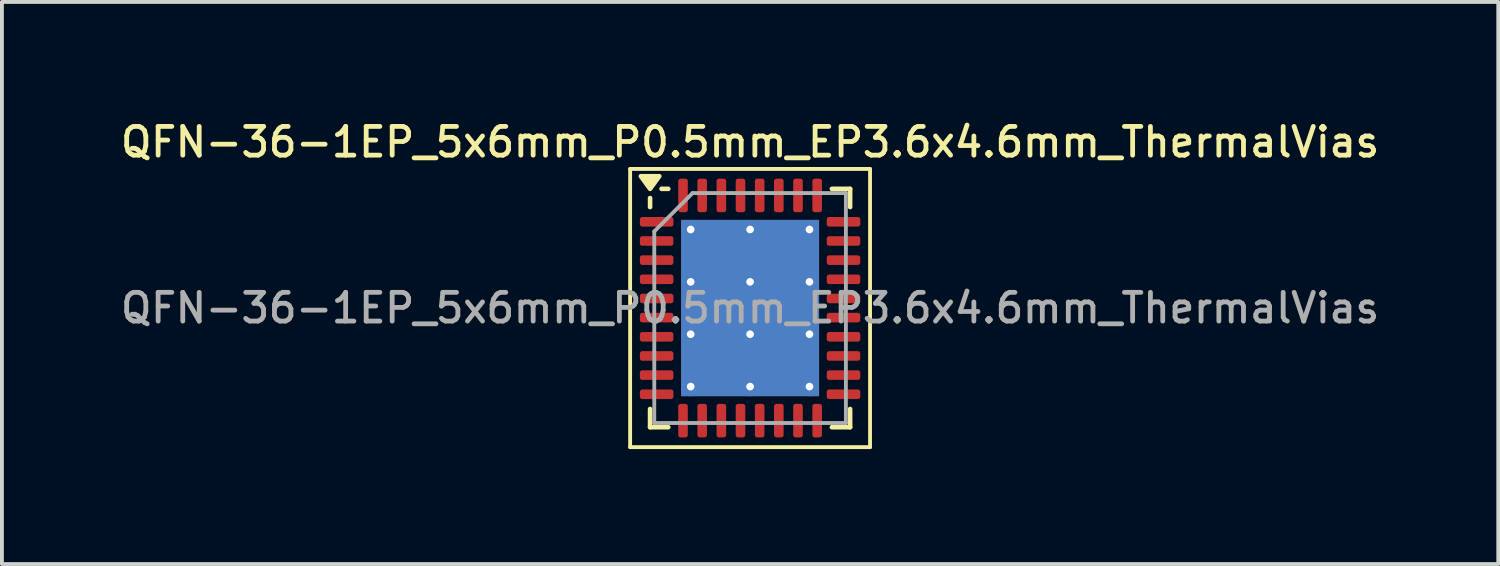
<source format=kicad_pcb>
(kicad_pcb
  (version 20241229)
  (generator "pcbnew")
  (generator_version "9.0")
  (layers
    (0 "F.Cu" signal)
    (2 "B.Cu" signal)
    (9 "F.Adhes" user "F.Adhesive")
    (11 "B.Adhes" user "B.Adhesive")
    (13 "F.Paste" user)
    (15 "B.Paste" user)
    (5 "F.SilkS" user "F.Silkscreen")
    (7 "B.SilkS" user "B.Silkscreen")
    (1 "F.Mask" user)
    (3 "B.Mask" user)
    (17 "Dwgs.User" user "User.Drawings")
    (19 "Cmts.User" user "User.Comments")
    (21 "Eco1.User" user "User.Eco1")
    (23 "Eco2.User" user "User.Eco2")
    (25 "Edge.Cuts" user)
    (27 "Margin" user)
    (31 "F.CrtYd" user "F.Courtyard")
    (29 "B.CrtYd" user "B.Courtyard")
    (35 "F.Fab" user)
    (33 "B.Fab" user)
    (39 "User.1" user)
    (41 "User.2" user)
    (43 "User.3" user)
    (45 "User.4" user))
  (footprint "QFN-36-1EP_5x6mm_P0.5mm_EP3.6x4.6mm_ThermalVias"
    (layer "F.Cu")
    (at 16.523 4.988)
    (property "Reference" "QFN-36-1EP_5x6mm_P0.5mm_EP3.6x4.6mm_ThermalVias" (at 0 -4.33 0) (layer "F.SilkS") (effects (font (size 0.75 0.75) (thickness 0.125))))
    (attr smd)
    (fp_line (start -3.13 -3.63) (end -3.13 3.63) (stroke (width 0.1) (type solid)) (layer "F.SilkS"))
    (fp_line (start -3.13 3.63) (end 3.13 3.63) (stroke (width 0.1) (type solid)) (layer "F.SilkS"))
    (fp_line (start -2.61 -2.635) (end -2.61 -2.87) (stroke (width 0.12) (type solid)) (layer "F.SilkS"))
    (fp_line (start -2.61 3.11) (end -2.61 2.635) (stroke (width 0.12) (type solid)) (layer "F.SilkS"))
    (fp_line (start -2.135 -3.11) (end -2.31 -3.11) (stroke (width 0.12) (type solid)) (layer "F.SilkS"))
    (fp_line (start -2.135 3.11) (end -2.61 3.11) (stroke (width 0.12) (type solid)) (layer "F.SilkS"))
    (fp_line (start 2.135 -3.11) (end 2.61 -3.11) (stroke (width 0.12) (type solid)) (layer "F.SilkS"))
    (fp_line (start 2.135 3.11) (end 2.61 3.11) (stroke (width 0.12) (type solid)) (layer "F.SilkS"))
    (fp_line (start 2.61 -3.11) (end 2.61 -2.635) (stroke (width 0.12) (type solid)) (layer "F.SilkS"))
    (fp_line (start 2.61 3.11) (end 2.61 2.635) (stroke (width 0.12) (type solid)) (layer "F.SilkS"))
    (fp_line (start 3.13 -3.63) (end -3.13 -3.63) (stroke (width 0.1) (type solid)) (layer "F.SilkS"))
    (fp_line (start 3.13 3.63) (end 3.13 -3.63) (stroke (width 0.1) (type solid)) (layer "F.SilkS"))
    (fp_poly (pts (xy -2.61 -3.11) (xy -2.85 -3.44) (xy -2.37 -3.44) (xy -2.61 -3.11)) (stroke (width 0.12) (type solid)) (fill yes) (layer "F.SilkS"))
    (fp_line (start -2.5 -2) (end -1.5 -3) (stroke (width 0.1) (type solid)) (layer "F.Fab"))
    (fp_line (start -2.5 3) (end -2.5 -2) (stroke (width 0.1) (type solid)) (layer "F.Fab"))
    (fp_line (start -1.5 -3) (end 2.5 -3) (stroke (width 0.1) (type solid)) (layer "F.Fab"))
    (fp_line (start 2.5 -3) (end 2.5 3) (stroke (width 0.1) (type solid)) (layer "F.Fab"))
    (fp_line (start 2.5 3) (end -2.5 3) (stroke (width 0.1) (type solid)) (layer "F.Fab"))
    (fp_text user "${REFERENCE}" (at 0 0 0) (layer "F.Fab") (effects (font (size 0.75 0.75) (thickness 0.125))))
    (pad "" smd roundrect (at -0.775 -1.367) (size 1.394 1.188) (layers "F.Paste") (roundrect_rratio 0.21))
    (pad "" smd roundrect (at -0.775 0) (size 1.394 1.188) (layers "F.Paste") (roundrect_rratio 0.21))
    (pad "" smd roundrect (at -0.775 1.367) (size 1.394 1.188) (layers "F.Paste") (roundrect_rratio 0.21))
    (pad "" smd roundrect (at 0.775 -1.367) (size 1.394 1.188) (layers "F.Paste") (roundrect_rratio 0.21))
    (pad "" smd roundrect (at 0.775 0) (size 1.394 1.188) (layers "F.Paste") (roundrect_rratio 0.21))
    (pad "" smd roundrect (at 0.775 1.367) (size 1.394 1.188) (layers "F.Paste") (roundrect_rratio 0.21))
    (pad "1" smd roundrect (at -2.438 -2.25) (size 0.875 0.25) (layers "F.Cu" "F.Mask" "F.Paste") (roundrect_rratio 0.25))
    (pad "2" smd roundrect (at -2.438 -1.75) (size 0.875 0.25) (layers "F.Cu" "F.Mask" "F.Paste") (roundrect_rratio 0.25))
    (pad "3" smd roundrect (at -2.438 -1.25) (size 0.875 0.25) (layers "F.Cu" "F.Mask" "F.Paste") (roundrect_rratio 0.25))
    (pad "4" smd roundrect (at -2.438 -0.75) (size 0.875 0.25) (layers "F.Cu" "F.Mask" "F.Paste") (roundrect_rratio 0.25))
    (pad "5" smd roundrect (at -2.438 -0.25) (size 0.875 0.25) (layers "F.Cu" "F.Mask" "F.Paste") (roundrect_rratio 0.25))
    (pad "6" smd roundrect (at -2.438 0.25) (size 0.875 0.25) (layers "F.Cu" "F.Mask" "F.Paste") (roundrect_rratio 0.25))
    (pad "7" smd roundrect (at -2.438 0.75) (size 0.875 0.25) (layers "F.Cu" "F.Mask" "F.Paste") (roundrect_rratio 0.25))
    (pad "8" smd roundrect (at -2.438 1.25) (size 0.875 0.25) (layers "F.Cu" "F.Mask" "F.Paste") (roundrect_rratio 0.25))
    (pad "9" smd roundrect (at -2.438 1.75) (size 0.875 0.25) (layers "F.Cu" "F.Mask" "F.Paste") (roundrect_rratio 0.25))
    (pad "10" smd roundrect (at -2.438 2.25) (size 0.875 0.25) (layers "F.Cu" "F.Mask" "F.Paste") (roundrect_rratio 0.25))
    (pad "11" smd roundrect (at -1.75 2.938) (size 0.25 0.875) (layers "F.Cu" "F.Mask" "F.Paste") (roundrect_rratio 0.25))
    (pad "12" smd roundrect (at -1.25 2.938) (size 0.25 0.875) (layers "F.Cu" "F.Mask" "F.Paste") (roundrect_rratio 0.25))
    (pad "13" smd roundrect (at -0.75 2.938) (size 0.25 0.875) (layers "F.Cu" "F.Mask" "F.Paste") (roundrect_rratio 0.25))
    (pad "14" smd roundrect (at -0.25 2.938) (size 0.25 0.875) (layers "F.Cu" "F.Mask" "F.Paste") (roundrect_rratio 0.25))
    (pad "15" smd roundrect (at 0.25 2.938) (size 0.25 0.875) (layers "F.Cu" "F.Mask" "F.Paste") (roundrect_rratio 0.25))
    (pad "16" smd roundrect (at 0.75 2.938) (size 0.25 0.875) (layers "F.Cu" "F.Mask" "F.Paste") (roundrect_rratio 0.25))
    (pad "17" smd roundrect (at 1.25 2.938) (size 0.25 0.875) (layers "F.Cu" "F.Mask" "F.Paste") (roundrect_rratio 0.25))
    (pad "18" smd roundrect (at 1.75 2.938) (size 0.25 0.875) (layers "F.Cu" "F.Mask" "F.Paste") (roundrect_rratio 0.25))
    (pad "19" smd roundrect (at 2.438 2.25) (size 0.875 0.25) (layers "F.Cu" "F.Mask" "F.Paste") (roundrect_rratio 0.25))
    (pad "20" smd roundrect (at 2.438 1.75) (size 0.875 0.25) (layers "F.Cu" "F.Mask" "F.Paste") (roundrect_rratio 0.25))
    (pad "21" smd roundrect (at 2.438 1.25) (size 0.875 0.25) (layers "F.Cu" "F.Mask" "F.Paste") (roundrect_rratio 0.25))
    (pad "22" smd roundrect (at 2.438 0.75) (size 0.875 0.25) (layers "F.Cu" "F.Mask" "F.Paste") (roundrect_rratio 0.25))
    (pad "23" smd roundrect (at 2.438 0.25) (size 0.875 0.25) (layers "F.Cu" "F.Mask" "F.Paste") (roundrect_rratio 0.25))
    (pad "24" smd roundrect (at 2.438 -0.25) (size 0.875 0.25) (layers "F.Cu" "F.Mask" "F.Paste") (roundrect_rratio 0.25))
    (pad "25" smd roundrect (at 2.438 -0.75) (size 0.875 0.25) (layers "F.Cu" "F.Mask" "F.Paste") (roundrect_rratio 0.25))
    (pad "26" smd roundrect (at 2.438 -1.25) (size 0.875 0.25) (layers "F.Cu" "F.Mask" "F.Paste") (roundrect_rratio 0.25))
    (pad "27" smd roundrect (at 2.438 -1.75) (size 0.875 0.25) (layers "F.Cu" "F.Mask" "F.Paste") (roundrect_rratio 0.25))
    (pad "28" smd roundrect (at 2.438 -2.25) (size 0.875 0.25) (layers "F.Cu" "F.Mask" "F.Paste") (roundrect_rratio 0.25))
    (pad "29" smd roundrect (at 1.75 -2.938) (size 0.25 0.875) (layers "F.Cu" "F.Mask" "F.Paste") (roundrect_rratio 0.25))
    (pad "30" smd roundrect (at 1.25 -2.938) (size 0.25 0.875) (layers "F.Cu" "F.Mask" "F.Paste") (roundrect_rratio 0.25))
    (pad "31" smd roundrect (at 0.75 -2.938) (size 0.25 0.875) (layers "F.Cu" "F.Mask" "F.Paste") (roundrect_rratio 0.25))
    (pad "32" smd roundrect (at 0.25 -2.938) (size 0.25 0.875) (layers "F.Cu" "F.Mask" "F.Paste") (roundrect_rratio 0.25))
    (pad "33" smd roundrect (at -0.25 -2.938) (size 0.25 0.875) (layers "F.Cu" "F.Mask" "F.Paste") (roundrect_rratio 0.25))
    (pad "34" smd roundrect (at -0.75 -2.938) (size 0.25 0.875) (layers "F.Cu" "F.Mask" "F.Paste") (roundrect_rratio 0.25))
    (pad "35" smd roundrect (at -1.25 -2.938) (size 0.25 0.875) (layers "F.Cu" "F.Mask" "F.Paste") (roundrect_rratio 0.25))
    (pad "36" smd roundrect (at -1.75 -2.938) (size 0.25 0.875) (layers "F.Cu" "F.Mask" "F.Paste") (roundrect_rratio 0.25))
    (pad "37" thru_hole circle (at -1.55 -2.05) (size 0.5 0.5) (drill 0.2) (property pad_prop_heatsink) (layers "*.Cu"))
    (pad "37" thru_hole circle (at -1.55 -0.683) (size 0.5 0.5) (drill 0.2) (property pad_prop_heatsink) (layers "*.Cu"))
    (pad "37" thru_hole circle (at -1.55 0.683) (size 0.5 0.5) (drill 0.2) (property pad_prop_heatsink) (layers "*.Cu"))
    (pad "37" thru_hole circle (at -1.55 2.05) (size 0.5 0.5) (drill 0.2) (property pad_prop_heatsink) (layers "*.Cu"))
    (pad "37" thru_hole circle (at 0 -2.05) (size 0.5 0.5) (drill 0.2) (property pad_prop_heatsink) (layers "*.Cu"))
    (pad "37" thru_hole circle (at 0 -0.683) (size 0.5 0.5) (drill 0.2) (property pad_prop_heatsink) (layers "*.Cu"))
    (pad "37" smd rect (at 0 0) (size 3.6 4.6) (property pad_prop_heatsink) (layers "F.Cu" "F.Mask"))
    (pad "37" smd rect (at 0 0) (size 3.6 4.6) (property pad_prop_heatsink) (layers "B.Cu"))
    (pad "37" thru_hole circle (at 0 0.683) (size 0.5 0.5) (drill 0.2) (property pad_prop_heatsink) (layers "*.Cu"))
    (pad "37" thru_hole circle (at 0 2.05) (size 0.5 0.5) (drill 0.2) (property pad_prop_heatsink) (layers "*.Cu"))
    (pad "37" thru_hole circle (at 1.55 -2.05) (size 0.5 0.5) (drill 0.2) (property pad_prop_heatsink) (layers "*.Cu"))
    (pad "37" thru_hole circle (at 1.55 -0.683) (size 0.5 0.5) (drill 0.2) (property pad_prop_heatsink) (layers "*.Cu"))
    (pad "37" thru_hole circle (at 1.55 0.683) (size 0.5 0.5) (drill 0.2) (property pad_prop_heatsink) (layers "*.Cu"))
    (pad "37" thru_hole circle (at 1.55 2.05) (size 0.5 0.5) (drill 0.2) (property pad_prop_heatsink) (layers "*.Cu")))
  (gr_rect
    (start -3 -3)
    (end 36.046 11.668)
    (stroke (width 0.1) (type default))
    (fill no)
    (layer "Edge.Cuts")))
</source>
